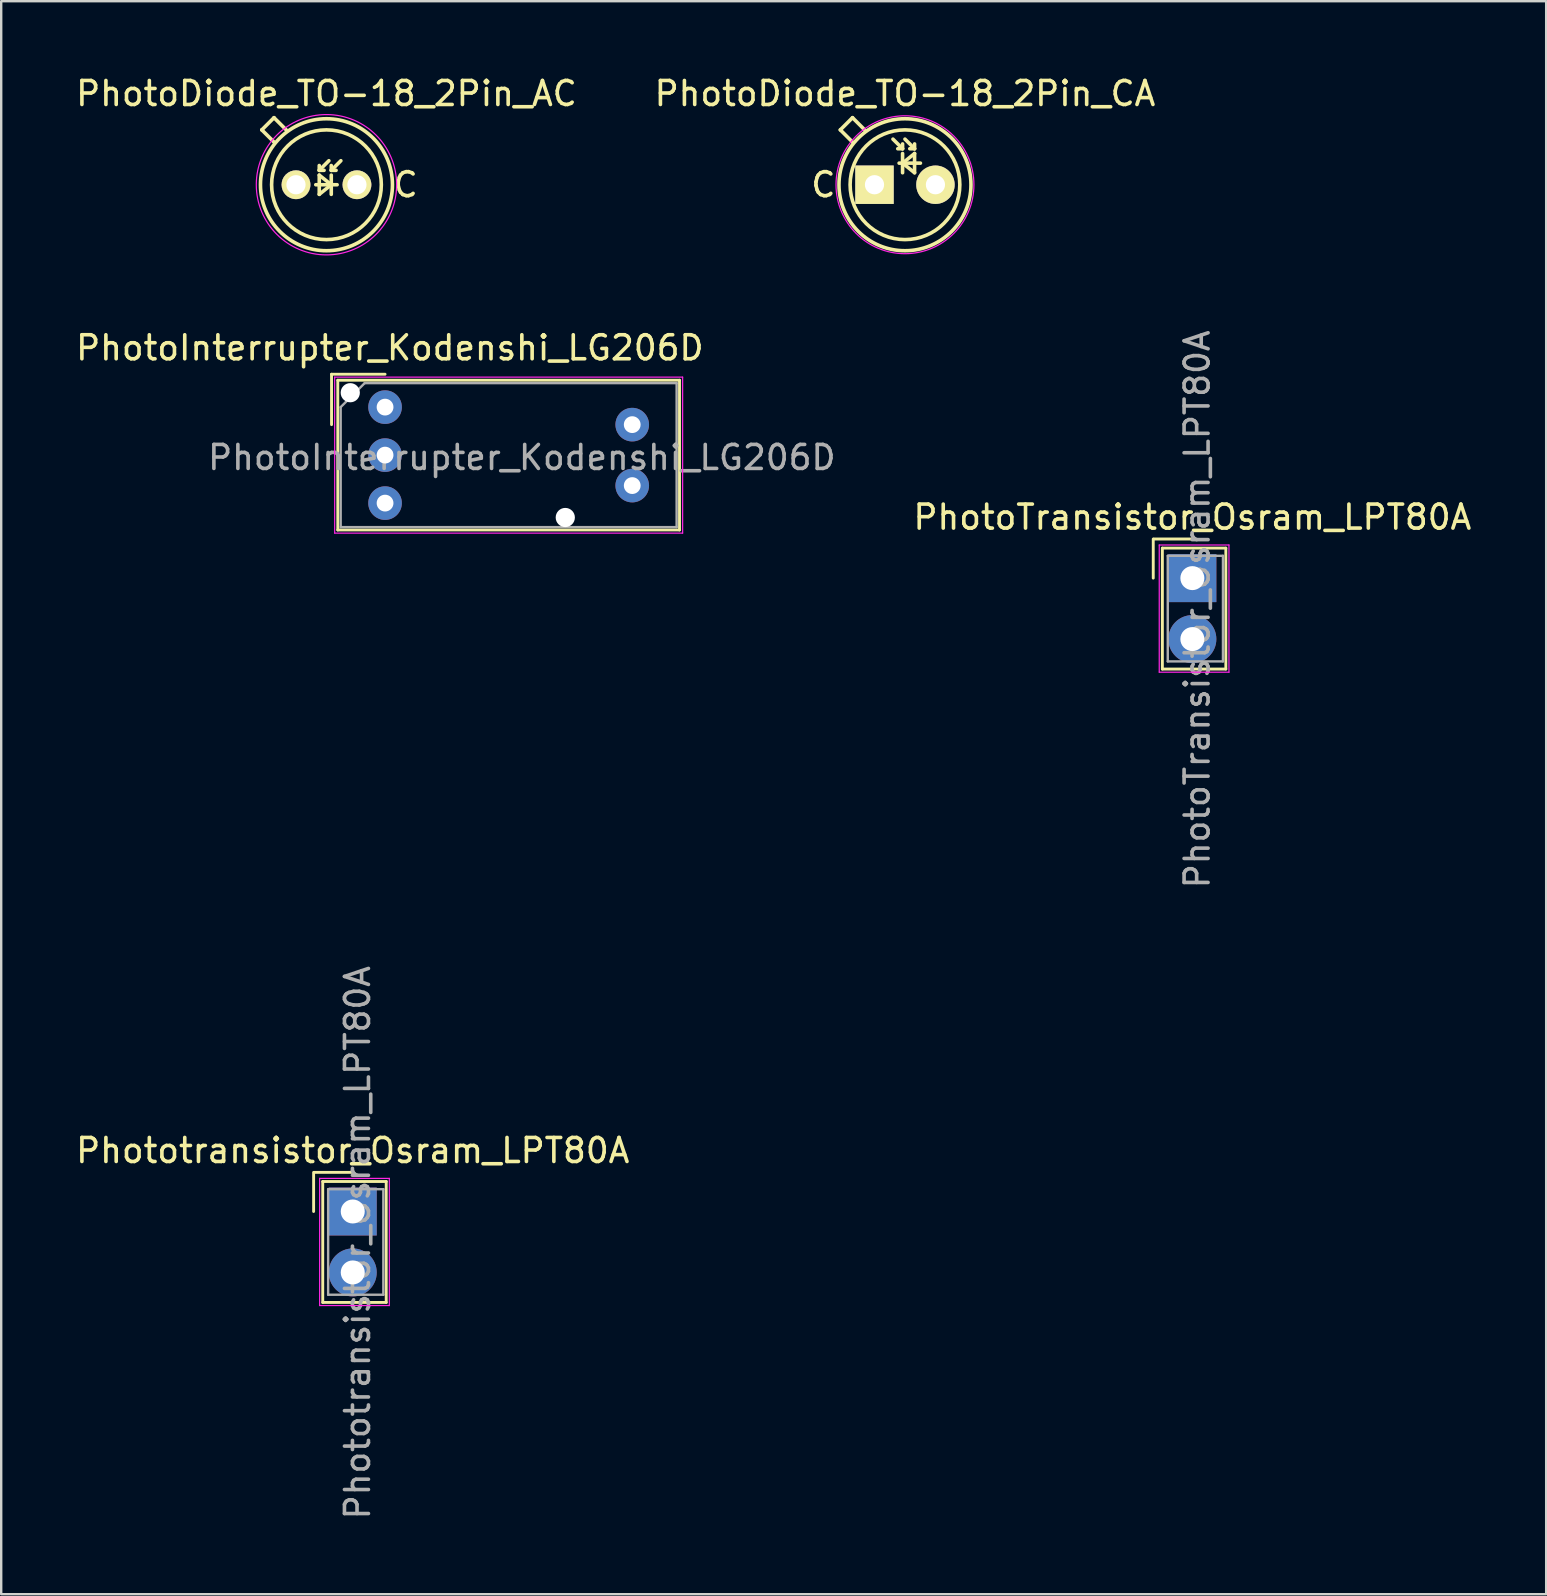
<source format=kicad_pcb>
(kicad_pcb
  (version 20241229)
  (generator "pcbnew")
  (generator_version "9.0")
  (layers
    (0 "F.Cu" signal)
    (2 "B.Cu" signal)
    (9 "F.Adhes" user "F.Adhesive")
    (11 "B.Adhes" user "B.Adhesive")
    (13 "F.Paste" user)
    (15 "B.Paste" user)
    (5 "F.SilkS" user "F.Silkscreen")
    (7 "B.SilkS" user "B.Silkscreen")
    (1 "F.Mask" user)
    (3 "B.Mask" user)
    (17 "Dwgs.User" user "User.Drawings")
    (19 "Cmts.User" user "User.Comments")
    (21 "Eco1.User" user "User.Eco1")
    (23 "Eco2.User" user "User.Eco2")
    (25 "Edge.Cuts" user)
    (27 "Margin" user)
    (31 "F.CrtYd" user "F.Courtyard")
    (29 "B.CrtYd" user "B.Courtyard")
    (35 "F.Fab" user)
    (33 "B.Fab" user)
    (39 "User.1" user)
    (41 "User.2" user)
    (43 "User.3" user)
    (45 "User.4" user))
  (footprint "Phototransistor_Osram_LPT80A"
    (layer "F.Cu")
    (at 11.649 47.434)
    (property "Reference" "Phototransistor_Osram_LPT80A" (at 0 -2.54 0) (layer "F.SilkS") (effects (font (size 1 1) (thickness 0.15))))
    (attr through_hole)
    (fp_line (start -1.63 0) (end -1.63 -1.63) (stroke (width 0.12) (type solid)) (layer "F.SilkS"))
    (fp_line (start -1.6 -1.63) (end 0 -1.63) (stroke (width 0.12) (type solid)) (layer "F.SilkS"))
    (fp_line (start -1.25 -1.25) (end 1.395 -1.25) (stroke (width 0.12) (type solid)) (layer "F.SilkS"))
    (fp_line (start -1.25 3.79) (end -1.25 -1.25) (stroke (width 0.12) (type solid)) (layer "F.SilkS"))
    (fp_line (start 1.395 -1.25) (end 1.395 3.79) (stroke (width 0.12) (type solid)) (layer "F.SilkS"))
    (fp_line (start 1.395 3.79) (end -1.25 3.79) (stroke (width 0.12) (type solid)) (layer "F.SilkS"))
    (fp_line (start -1.38 -1.38) (end 1.525 -1.38) (stroke (width 0.05) (type solid)) (layer "F.CrtYd"))
    (fp_line (start -1.38 3.92) (end -1.38 -1.38) (stroke (width 0.05) (type solid)) (layer "F.CrtYd"))
    (fp_line (start 1.525 -1.38) (end 1.525 3.92) (stroke (width 0.05) (type solid)) (layer "F.CrtYd"))
    (fp_line (start 1.525 3.92) (end -1.38 3.92) (stroke (width 0.05) (type solid)) (layer "F.CrtYd"))
    (fp_line (start -1.025 -0.93) (end 1.275 -0.93) (stroke (width 0.1) (type solid)) (layer "F.Fab"))
    (fp_line (start -1.025 3.47) (end -1.025 -0.93) (stroke (width 0.1) (type solid)) (layer "F.Fab"))
    (fp_line (start 1.275 -0.93) (end 1.275 3.47) (stroke (width 0.1) (type solid)) (layer "F.Fab"))
    (fp_line (start 1.275 3.47) (end -1.025 3.47) (stroke (width 0.1) (type solid)) (layer "F.Fab"))
    (fp_text user "${REFERENCE}" (at 0.2 1.3 90) (layer "F.Fab") (effects (font (size 1 1) (thickness 0.15))))
    (pad "1" thru_hole rect (at 0 0 180) (size 2 2) (drill 1) (layers "*.Cu" "*.Mask"))
    (pad "2" thru_hole circle (at 0 2.54 180) (size 2 2) (drill 1) (layers "*.Cu" "*.Mask")))
  (footprint "PhotoTransistor_Osram_LPT80A"
    (layer "F.Cu")
    (at 46.637 21.041)
    (property "Reference" "PhotoTransistor_Osram_LPT80A" (at 0 -2.54 0) (layer "F.SilkS") (effects (font (size 1 1) (thickness 0.15))))
    (attr through_hole)
    (fp_line (start -1.63 0) (end -1.63 -1.63) (stroke (width 0.12) (type solid)) (layer "F.SilkS"))
    (fp_line (start -1.6 -1.63) (end 0 -1.63) (stroke (width 0.12) (type solid)) (layer "F.SilkS"))
    (fp_line (start -1.25 -1.25) (end 1.395 -1.25) (stroke (width 0.12) (type solid)) (layer "F.SilkS"))
    (fp_line (start -1.25 3.79) (end -1.25 -1.25) (stroke (width 0.12) (type solid)) (layer "F.SilkS"))
    (fp_line (start 1.395 -1.25) (end 1.395 3.79) (stroke (width 0.12) (type solid)) (layer "F.SilkS"))
    (fp_line (start 1.395 3.79) (end -1.25 3.79) (stroke (width 0.12) (type solid)) (layer "F.SilkS"))
    (fp_line (start -1.38 -1.38) (end 1.525 -1.38) (stroke (width 0.05) (type solid)) (layer "F.CrtYd"))
    (fp_line (start -1.38 3.92) (end -1.38 -1.38) (stroke (width 0.05) (type solid)) (layer "F.CrtYd"))
    (fp_line (start 1.525 -1.38) (end 1.525 3.92) (stroke (width 0.05) (type solid)) (layer "F.CrtYd"))
    (fp_line (start 1.525 3.92) (end -1.38 3.92) (stroke (width 0.05) (type solid)) (layer "F.CrtYd"))
    (fp_line (start -1.025 -0.93) (end 1.275 -0.93) (stroke (width 0.1) (type solid)) (layer "F.Fab"))
    (fp_line (start -1.025 3.47) (end -1.025 -0.93) (stroke (width 0.1) (type solid)) (layer "F.Fab"))
    (fp_line (start 1.275 -0.93) (end 1.275 3.47) (stroke (width 0.1) (type solid)) (layer "F.Fab"))
    (fp_line (start 1.275 3.47) (end -1.025 3.47) (stroke (width 0.1) (type solid)) (layer "F.Fab"))
    (fp_text user "${REFERENCE}" (at 0.2 1.3 90) (layer "F.Fab") (effects (font (size 1 1) (thickness 0.15))))
    (pad "1" thru_hole rect (at 0 0 180) (size 2 2) (drill 1) (layers "*.Cu" "*.Mask"))
    (pad "2" thru_hole circle (at 0 2.54 180) (size 2 2) (drill 1) (layers "*.Cu" "*.Mask")))
  (footprint "PhotoDiode_TO-18_2Pin_AC"
    (layer "F.Cu")
    (at 11.824 4.648)
    (property "Reference" "PhotoDiode_TO-18_2Pin_AC" (at -1.27 -3.8 0) (layer "F.SilkS") (effects (font (size 1 1) (thickness 0.15))))
    (attr through_hole)
    (fp_line (start -3.964 -2.286) (end -3.456 -2.794) (stroke (width 0.15) (type solid)) (layer "F.SilkS"))
    (fp_line (start -3.456 -2.794) (end -2.948 -2.286) (stroke (width 0.15) (type solid)) (layer "F.SilkS"))
    (fp_line (start -3.456 -1.778) (end -3.964 -2.286) (stroke (width 0.15) (type solid)) (layer "F.SilkS"))
    (fp_line (start -1.714 0) (end -0.826 0) (stroke (width 0.15) (type solid)) (layer "F.SilkS"))
    (fp_line (start -1.57 -0.6) (end -1.57 -0.8) (stroke (width 0.15) (type solid)) (layer "F.SilkS"))
    (fp_line (start -1.57 -0.6) (end -1.37 -0.6) (stroke (width 0.15) (type solid)) (layer "F.SilkS"))
    (fp_line (start -1.57 -0.6) (end -1.17 -1) (stroke (width 0.15) (type solid)) (layer "F.SilkS"))
    (fp_line (start -1.57 -0.4) (end -1.07 0) (stroke (width 0.15) (type solid)) (layer "F.SilkS"))
    (fp_line (start -1.57 0) (end -1.57 -0.4) (stroke (width 0.15) (type solid)) (layer "F.SilkS"))
    (fp_line (start -1.57 0) (end -1.57 0.4) (stroke (width 0.15) (type solid)) (layer "F.SilkS"))
    (fp_line (start -1.57 0.4) (end -1.07 0) (stroke (width 0.15) (type solid)) (layer "F.SilkS"))
    (fp_line (start -1.07 -0.8) (end -1.07 -0.6) (stroke (width 0.15) (type solid)) (layer "F.SilkS"))
    (fp_line (start -1.07 -0.6) (end -0.87 -0.6) (stroke (width 0.15) (type solid)) (layer "F.SilkS"))
    (fp_line (start -1.07 -0.6) (end -0.67 -1) (stroke (width 0.15) (type solid)) (layer "F.SilkS"))
    (fp_line (start -1.07 -0.4) (end -1.07 0.4) (stroke (width 0.15) (type solid)) (layer "F.SilkS"))
    (fp_circle (center -1.27 0) (end 1.016 0) (stroke (width 0.15) (type solid)) (fill no) (layer "F.SilkS"))
    (fp_circle (center -1.27 0) (end 1.48 0) (stroke (width 0.15) (type solid)) (fill no) (layer "F.SilkS"))
    (fp_circle (center -1.27 0) (end 1.143 1.651) (stroke (width 0.05) (type solid)) (fill no) (layer "F.CrtYd"))
    (fp_text user "C" (at 2.03 0 0) (layer "F.SilkS") (effects (font (size 1 1) (thickness 0.15))))
    (pad "1" thru_hole circle (at 0 0) (size 1.2 1.2) (drill 0.8) (layers "*.Cu" "*.Mask" "F.SilkS"))
    (pad "2" thru_hole circle (at -2.54 0) (size 1.2 1.2) (drill 0.8) (layers "*.Cu" "*.Mask" "F.SilkS")))
  (footprint "PhotoDiode_TO-18_2Pin_CA"
    (layer "F.Cu")
    (at 33.391 4.648)
    (property "Reference" "PhotoDiode_TO-18_2Pin_CA" (at 1.27 -3.8 0) (layer "F.SilkS") (effects (font (size 1 1) (thickness 0.15))))
    (attr through_hole)
    (fp_line (start -1.424 -2.286) (end -0.916 -2.794) (stroke (width 0.15) (type solid)) (layer "F.SilkS"))
    (fp_line (start -0.916 -2.794) (end -0.408 -2.286) (stroke (width 0.15) (type solid)) (layer "F.SilkS"))
    (fp_line (start -0.916 -1.778) (end -1.424 -2.286) (stroke (width 0.15) (type solid)) (layer "F.SilkS"))
    (fp_line (start 1.026 -0.9) (end 1.914 -0.9) (stroke (width 0.15) (type solid)) (layer "F.SilkS"))
    (fp_line (start 1.17 -1.7) (end 1.17 -1.5) (stroke (width 0.15) (type solid)) (layer "F.SilkS"))
    (fp_line (start 1.17 -1.5) (end 0.77 -1.9) (stroke (width 0.15) (type solid)) (layer "F.SilkS"))
    (fp_line (start 1.17 -1.5) (end 0.97 -1.5) (stroke (width 0.15) (type solid)) (layer "F.SilkS"))
    (fp_line (start 1.17 -1.3) (end 1.17 -0.5) (stroke (width 0.15) (type solid)) (layer "F.SilkS"))
    (fp_line (start 1.67 -1.5) (end 1.27 -1.9) (stroke (width 0.15) (type solid)) (layer "F.SilkS"))
    (fp_line (start 1.67 -1.5) (end 1.47 -1.5) (stroke (width 0.15) (type solid)) (layer "F.SilkS"))
    (fp_line (start 1.67 -1.5) (end 1.67 -1.7) (stroke (width 0.15) (type solid)) (layer "F.SilkS"))
    (fp_line (start 1.67 -1.3) (end 1.17 -0.9) (stroke (width 0.15) (type solid)) (layer "F.SilkS"))
    (fp_line (start 1.67 -0.9) (end 1.67 -1.3) (stroke (width 0.15) (type solid)) (layer "F.SilkS"))
    (fp_line (start 1.67 -0.9) (end 1.67 -0.5) (stroke (width 0.15) (type solid)) (layer "F.SilkS"))
    (fp_line (start 1.67 -0.5) (end 1.17 -0.9) (stroke (width 0.15) (type solid)) (layer "F.SilkS"))
    (fp_circle (center 1.27 0) (end 3.556 0) (stroke (width 0.15) (type solid)) (fill no) (layer "F.SilkS"))
    (fp_circle (center 1.27 0) (end 4.02 0) (stroke (width 0.15) (type solid)) (fill no) (layer "F.SilkS"))
    (fp_circle (center 1.27 0) (end 3.302 2.032) (stroke (width 0.05) (type solid)) (fill no) (layer "F.CrtYd"))
    (fp_text user "C" (at -2.13 0 0) (layer "F.SilkS") (effects (font (size 1 1) (thickness 0.15))))
    (pad "1" thru_hole rect (at 0 0) (size 1.6 1.6) (drill 0.8) (layers "*.Cu" "*.Mask" "F.SilkS"))
    (pad "2" thru_hole circle (at 2.54 0) (size 1.6 1.6) (drill 0.8) (layers "*.Cu" "*.Mask" "F.SilkS")))
  (footprint "PhotoInterrupter_Kodenshi_LG206D"
    (layer "F.Cu")
    (at 12.996 13.915)
    (property "Reference" "PhotoInterrupter_Kodenshi_LG206D" (at 0.2 -2.47 0) (layer "F.SilkS") (effects (font (size 1 1) (thickness 0.15))))
    (attr through_hole)
    (fp_line (start -2.23 -1.37) (end 0 -1.37) (stroke (width 0.12) (type solid)) (layer "F.SilkS"))
    (fp_line (start -2.23 0.73) (end -2.23 -1.37) (stroke (width 0.12) (type solid)) (layer "F.SilkS"))
    (fp_line (start -1.97 -1.12) (end 12.27 -1.12) (stroke (width 0.12) (type solid)) (layer "F.SilkS"))
    (fp_line (start -1.97 5.12) (end -1.97 -1.12) (stroke (width 0.12) (type solid)) (layer "F.SilkS"))
    (fp_line (start 12.27 -1.12) (end 12.27 5.12) (stroke (width 0.12) (type solid)) (layer "F.SilkS"))
    (fp_line (start 12.27 5.12) (end -1.97 5.12) (stroke (width 0.12) (type solid)) (layer "F.SilkS"))
    (fp_line (start -2.1 -1.25) (end 12.4 -1.25) (stroke (width 0.05) (type solid)) (layer "F.CrtYd"))
    (fp_line (start -2.1 5.25) (end -2.1 -1.25) (stroke (width 0.05) (type solid)) (layer "F.CrtYd"))
    (fp_line (start 12.4 -1.25) (end 12.4 5.25) (stroke (width 0.05) (type solid)) (layer "F.CrtYd"))
    (fp_line (start 12.4 5.25) (end -2.1 5.25) (stroke (width 0.05) (type solid)) (layer "F.CrtYd"))
    (fp_line (start -1.85 0) (end -0.85 -1) (stroke (width 0.1) (type solid)) (layer "F.Fab"))
    (fp_line (start -1.85 5) (end -1.85 0) (stroke (width 0.1) (type solid)) (layer "F.Fab"))
    (fp_line (start -1.85 5) (end 12.15 5) (stroke (width 0.1) (type solid)) (layer "F.Fab"))
    (fp_line (start -0.85 -1) (end 12.15 -1) (stroke (width 0.1) (type solid)) (layer "F.Fab"))
    (fp_line (start 12.15 -1) (end 12.15 5) (stroke (width 0.1) (type solid)) (layer "F.Fab"))
    (fp_text user "${REFERENCE}" (at 5.7 2.1 0) (layer "F.Fab") (effects (font (size 1 1) (thickness 0.15))))
    (pad "" np_thru_hole circle (at -1.45 -0.6) (size 0.8 0.8) (drill 0.8) (layers "*.Cu" "*.Mask"))
    (pad "" np_thru_hole circle (at 7.51 4.6) (size 0.8 0.8) (drill 0.8) (layers "*.Cu" "*.Mask"))
    (pad "1" thru_hole circle (at 0 0) (size 1.4 1.4) (drill 0.7) (layers "*.Cu" "*.Mask"))
    (pad "2" thru_hole circle (at 0 2) (size 1.4 1.4) (drill 0.7) (layers "*.Cu" "*.Mask"))
    (pad "3" thru_hole circle (at 0 4) (size 1.4 1.4) (drill 0.7) (layers "*.Cu" "*.Mask"))
    (pad "4" thru_hole circle (at 10.3 3.27) (size 1.4 1.4) (drill 0.7) (layers "*.Cu" "*.Mask"))
    (pad "5" thru_hole circle (at 10.3 0.73) (size 1.4 1.4) (drill 0.7) (layers "*.Cu" "*.Mask")))
  (gr_rect
    (start -3 -3)
    (end 61.381 63.383)
    (stroke (width 0.1) (type default))
    (fill no)
    (layer "Edge.Cuts")))
</source>
